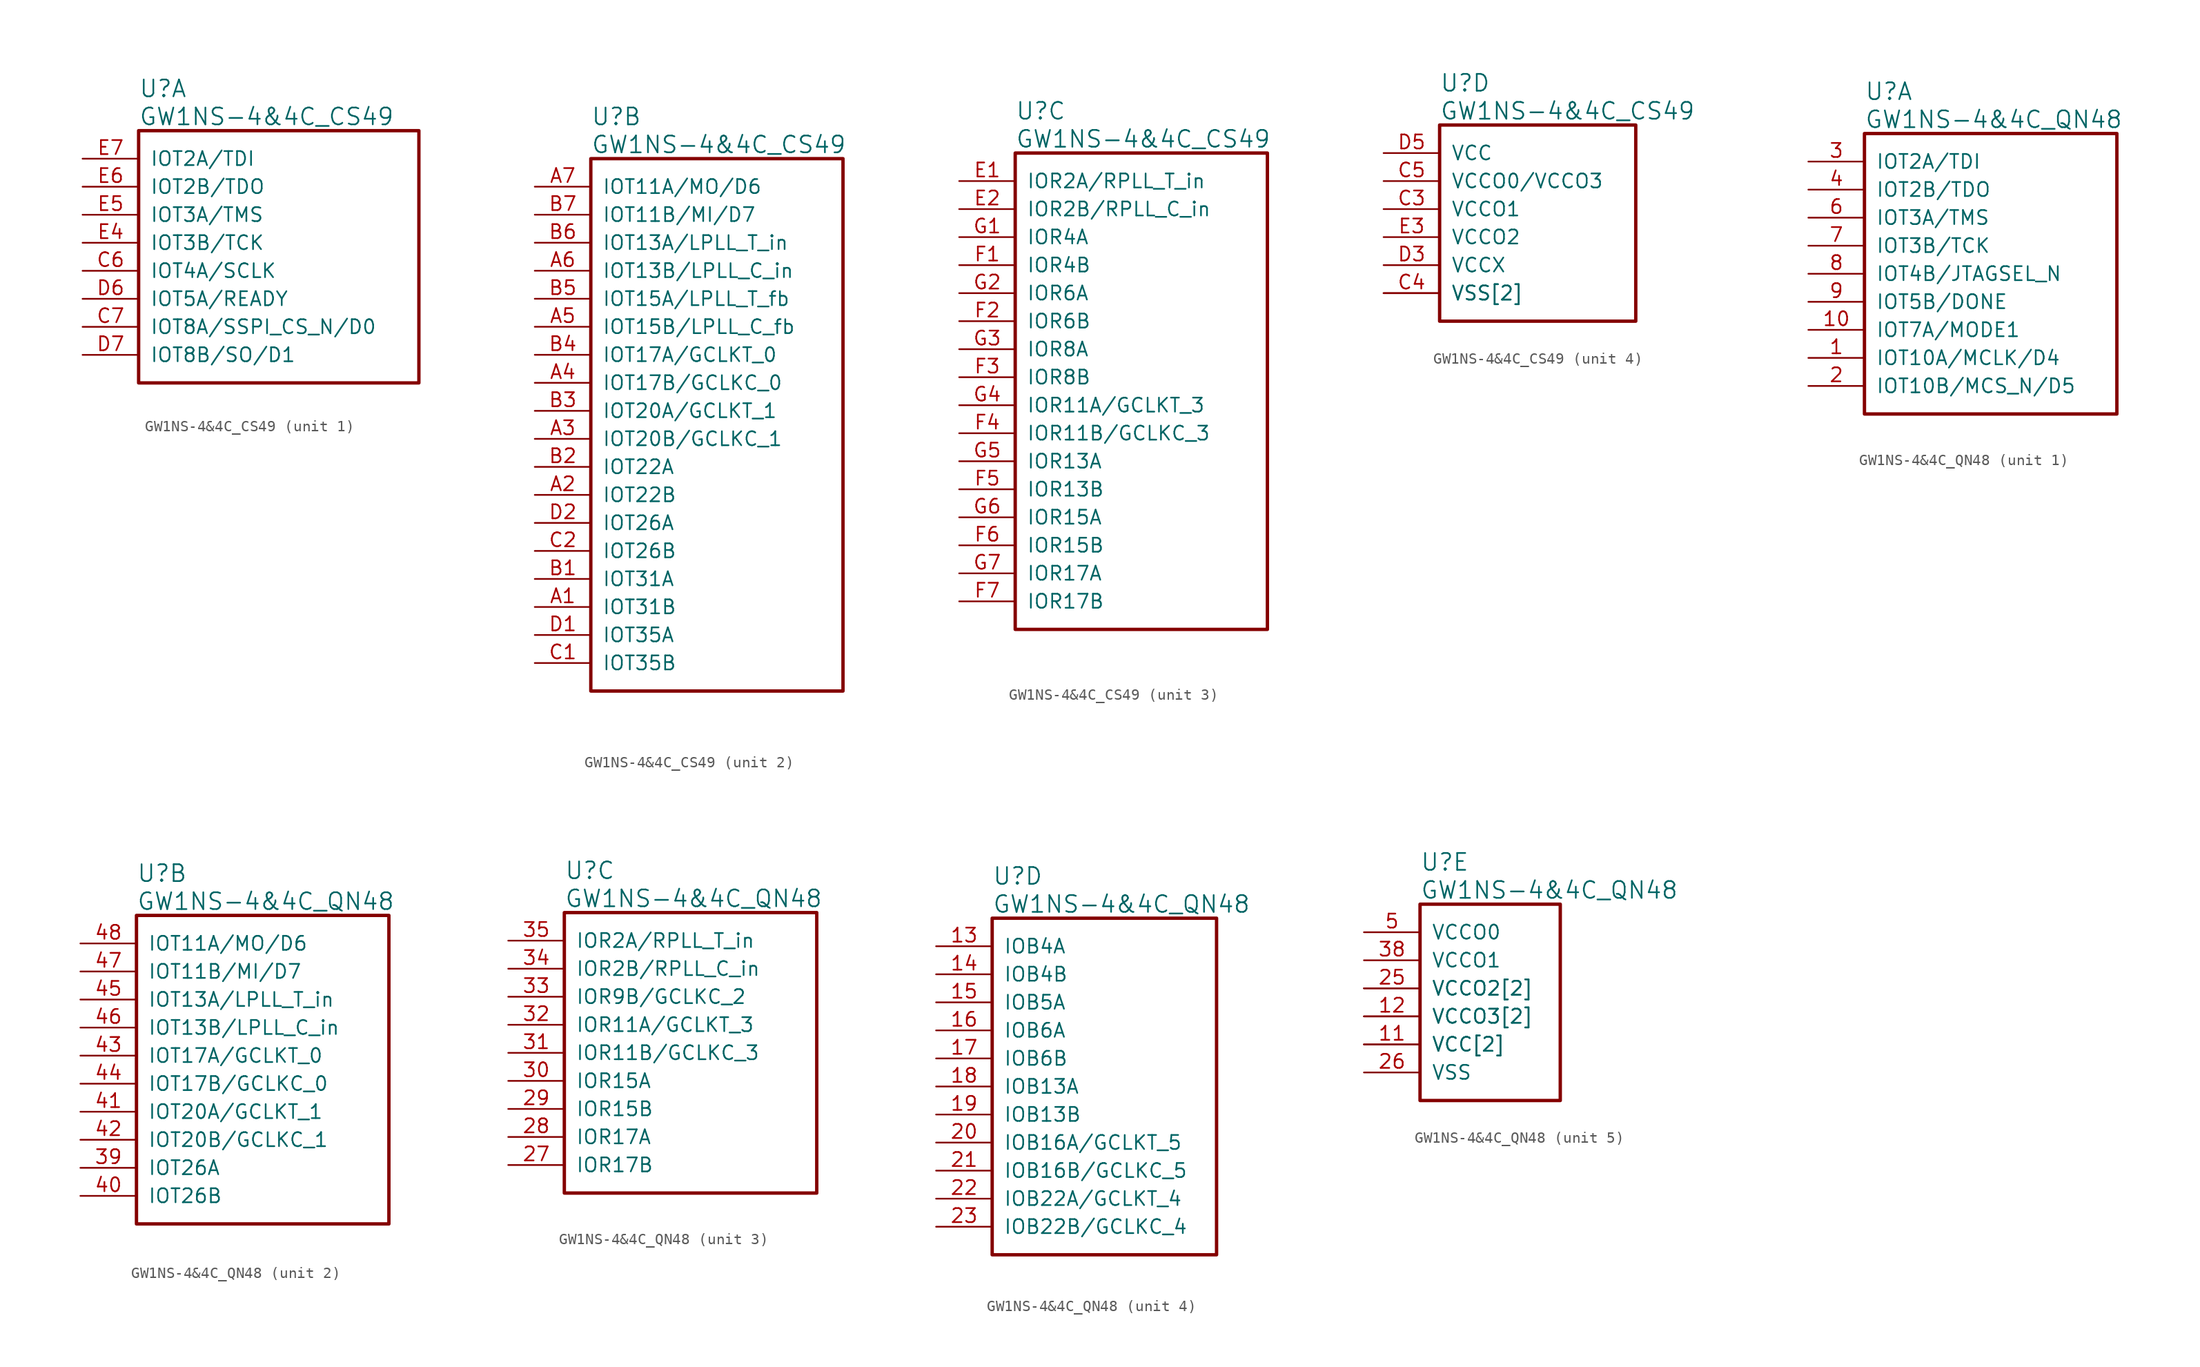
<source format=kicad_sym>
(kicad_symbol_lib
  (version 20211014)
  (generator kicad_symbol_editor)
  (symbol "GW1NS-4&4C_CS49"
    (pin_names
      (offset 1.016))
    (property "Reference" "U"
      (at 5.08 6.35 0)
      (effects (font (size 1.524 1.524)) (justify left)))
    (property "Value" "GW1NS-4&4C_CS49"
      (at 5.08 3.81 0)
      (effects (font (size 1.524 1.524)) (justify left)))
    (property "ki_locked" ""
      (at 0 0 0)
      (effects (font (size 1.27 1.27))))
    (symbol "GW1NS-4&4C_CS49_1_1"
      (rectangle (start 5.08 2.54) (end 30.48 -20.32) (stroke (width 0.305) (type default) (color 0 0 0 0)) (fill (type none)))
      (pin bidirectional line (at 0 -10.16 0) (length 5.08) (name "IOT4A/SCLK" (effects (font (size 1.27 1.27)))) (number "C6" (effects (font (size 1.27 1.27)))))
      (pin bidirectional line (at 0 -15.24 0) (length 5.08) (name "IOT8A/SSPI_CS_N/D0" (effects (font (size 1.27 1.27)))) (number "C7" (effects (font (size 1.27 1.27)))))
      (pin bidirectional line (at 0 -12.7 0) (length 5.08) (name "IOT5A/READY" (effects (font (size 1.27 1.27)))) (number "D6" (effects (font (size 1.27 1.27)))))
      (pin bidirectional line (at 0 -17.78 0) (length 5.08) (name "IOT8B/SO/D1" (effects (font (size 1.27 1.27)))) (number "D7" (effects (font (size 1.27 1.27)))))
      (pin bidirectional line (at 0 -7.62 0) (length 5.08) (name "IOT3B/TCK" (effects (font (size 1.27 1.27)))) (number "E4" (effects (font (size 1.27 1.27)))))
      (pin bidirectional line (at 0 -5.08 0) (length 5.08) (name "IOT3A/TMS" (effects (font (size 1.27 1.27)))) (number "E5" (effects (font (size 1.27 1.27)))))
      (pin bidirectional line (at 0 -2.54 0) (length 5.08) (name "IOT2B/TDO" (effects (font (size 1.27 1.27)))) (number "E6" (effects (font (size 1.27 1.27)))))
      (pin bidirectional line (at 0 0 0) (length 5.08) (name "IOT2A/TDI" (effects (font (size 1.27 1.27)))) (number "E7" (effects (font (size 1.27 1.27))))))
    (symbol "GW1NS-4&4C_CS49_2_1"
      (rectangle (start 5.08 2.54) (end 27.94 -45.72) (stroke (width 0.305) (type default) (color 0 0 0 0)) (fill (type none)))
      (pin bidirectional line (at 0 -38.1 0) (length 5.08) (name "IOT31B" (effects (font (size 1.27 1.27)))) (number "A1" (effects (font (size 1.27 1.27)))))
      (pin bidirectional line (at 0 -27.94 0) (length 5.08) (name "IOT22B" (effects (font (size 1.27 1.27)))) (number "A2" (effects (font (size 1.27 1.27)))))
      (pin bidirectional line (at 0 -22.86 0) (length 5.08) (name "IOT20B/GCLKC_1" (effects (font (size 1.27 1.27)))) (number "A3" (effects (font (size 1.27 1.27)))))
      (pin bidirectional line (at 0 -17.78 0) (length 5.08) (name "IOT17B/GCLKC_0" (effects (font (size 1.27 1.27)))) (number "A4" (effects (font (size 1.27 1.27)))))
      (pin bidirectional line (at 0 -12.7 0) (length 5.08) (name "IOT15B/LPLL_C_fb" (effects (font (size 1.27 1.27)))) (number "A5" (effects (font (size 1.27 1.27)))))
      (pin bidirectional line (at 0 -7.62 0) (length 5.08) (name "IOT13B/LPLL_C_in" (effects (font (size 1.27 1.27)))) (number "A6" (effects (font (size 1.27 1.27)))))
      (pin bidirectional line (at 0 0 0) (length 5.08) (name "IOT11A/MO/D6" (effects (font (size 1.27 1.27)))) (number "A7" (effects (font (size 1.27 1.27)))))
      (pin bidirectional line (at 0 -35.56 0) (length 5.08) (name "IOT31A" (effects (font (size 1.27 1.27)))) (number "B1" (effects (font (size 1.27 1.27)))))
      (pin bidirectional line (at 0 -25.4 0) (length 5.08) (name "IOT22A" (effects (font (size 1.27 1.27)))) (number "B2" (effects (font (size 1.27 1.27)))))
      (pin bidirectional line (at 0 -20.32 0) (length 5.08) (name "IOT20A/GCLKT_1" (effects (font (size 1.27 1.27)))) (number "B3" (effects (font (size 1.27 1.27)))))
      (pin bidirectional line (at 0 -15.24 0) (length 5.08) (name "IOT17A/GCLKT_0" (effects (font (size 1.27 1.27)))) (number "B4" (effects (font (size 1.27 1.27)))))
      (pin bidirectional line (at 0 -10.16 0) (length 5.08) (name "IOT15A/LPLL_T_fb" (effects (font (size 1.27 1.27)))) (number "B5" (effects (font (size 1.27 1.27)))))
      (pin bidirectional line (at 0 -5.08 0) (length 5.08) (name "IOT13A/LPLL_T_in" (effects (font (size 1.27 1.27)))) (number "B6" (effects (font (size 1.27 1.27)))))
      (pin bidirectional line (at 0 -2.54 0) (length 5.08) (name "IOT11B/MI/D7" (effects (font (size 1.27 1.27)))) (number "B7" (effects (font (size 1.27 1.27)))))
      (pin bidirectional line (at 0 -43.18 0) (length 5.08) (name "IOT35B" (effects (font (size 1.27 1.27)))) (number "C1" (effects (font (size 1.27 1.27)))))
      (pin bidirectional line (at 0 -33.02 0) (length 5.08) (name "IOT26B" (effects (font (size 1.27 1.27)))) (number "C2" (effects (font (size 1.27 1.27)))))
      (pin bidirectional line (at 0 -40.64 0) (length 5.08) (name "IOT35A" (effects (font (size 1.27 1.27)))) (number "D1" (effects (font (size 1.27 1.27)))))
      (pin bidirectional line (at 0 -30.48 0) (length 5.08) (name "IOT26A" (effects (font (size 1.27 1.27)))) (number "D2" (effects (font (size 1.27 1.27))))))
    (symbol "GW1NS-4&4C_CS49_3_1"
      (rectangle (start 5.08 2.54) (end 27.94 -40.64) (stroke (width 0.305) (type default) (color 0 0 0 0)) (fill (type none)))
      (pin bidirectional line (at 0 0 0) (length 5.08) (name "IOR2A/RPLL_T_in" (effects (font (size 1.27 1.27)))) (number "E1" (effects (font (size 1.27 1.27)))))
      (pin bidirectional line (at 0 -2.54 0) (length 5.08) (name "IOR2B/RPLL_C_in" (effects (font (size 1.27 1.27)))) (number "E2" (effects (font (size 1.27 1.27)))))
      (pin bidirectional line (at 0 -7.62 0) (length 5.08) (name "IOR4B" (effects (font (size 1.27 1.27)))) (number "F1" (effects (font (size 1.27 1.27)))))
      (pin bidirectional line (at 0 -12.7 0) (length 5.08) (name "IOR6B" (effects (font (size 1.27 1.27)))) (number "F2" (effects (font (size 1.27 1.27)))))
      (pin bidirectional line (at 0 -17.78 0) (length 5.08) (name "IOR8B" (effects (font (size 1.27 1.27)))) (number "F3" (effects (font (size 1.27 1.27)))))
      (pin bidirectional line (at 0 -22.86 0) (length 5.08) (name "IOR11B/GCLKC_3" (effects (font (size 1.27 1.27)))) (number "F4" (effects (font (size 1.27 1.27)))))
      (pin bidirectional line (at 0 -27.94 0) (length 5.08) (name "IOR13B" (effects (font (size 1.27 1.27)))) (number "F5" (effects (font (size 1.27 1.27)))))
      (pin bidirectional line (at 0 -33.02 0) (length 5.08) (name "IOR15B" (effects (font (size 1.27 1.27)))) (number "F6" (effects (font (size 1.27 1.27)))))
      (pin bidirectional line (at 0 -38.1 0) (length 5.08) (name "IOR17B" (effects (font (size 1.27 1.27)))) (number "F7" (effects (font (size 1.27 1.27)))))
      (pin bidirectional line (at 0 -5.08 0) (length 5.08) (name "IOR4A" (effects (font (size 1.27 1.27)))) (number "G1" (effects (font (size 1.27 1.27)))))
      (pin bidirectional line (at 0 -10.16 0) (length 5.08) (name "IOR6A" (effects (font (size 1.27 1.27)))) (number "G2" (effects (font (size 1.27 1.27)))))
      (pin bidirectional line (at 0 -15.24 0) (length 5.08) (name "IOR8A" (effects (font (size 1.27 1.27)))) (number "G3" (effects (font (size 1.27 1.27)))))
      (pin bidirectional line (at 0 -20.32 0) (length 5.08) (name "IOR11A/GCLKT_3" (effects (font (size 1.27 1.27)))) (number "G4" (effects (font (size 1.27 1.27)))))
      (pin bidirectional line (at 0 -25.4 0) (length 5.08) (name "IOR13A" (effects (font (size 1.27 1.27)))) (number "G5" (effects (font (size 1.27 1.27)))))
      (pin bidirectional line (at 0 -30.48 0) (length 5.08) (name "IOR15A" (effects (font (size 1.27 1.27)))) (number "G6" (effects (font (size 1.27 1.27)))))
      (pin bidirectional line (at 0 -35.56 0) (length 5.08) (name "IOR17A" (effects (font (size 1.27 1.27)))) (number "G7" (effects (font (size 1.27 1.27))))))
    (symbol "GW1NS-4&4C_CS49_4_1"
      (rectangle (start 5.08 2.54) (end 22.86 -15.24) (stroke (width 0.305) (type default) (color 0 0 0 0)) (fill (type none)))
      (pin power_in line (at 0 -5.08 0) (length 5.08) (name "VCCO1" (effects (font (size 1.27 1.27)))) (number "C3" (effects (font (size 1.27 1.27)))))
      (pin power_in line (at 0 -12.7 0) (length 5.08) (name "VSS[2]" (effects (font (size 1.27 1.27)))) (number "C4" (effects (font (size 1.27 1.27)))))
      (pin power_in line (at 0 -2.54 0) (length 5.08) (name "VCCO0/VCCO3" (effects (font (size 1.27 1.27)))) (number "C5" (effects (font (size 1.27 1.27)))))
      (pin power_in line (at 0 -10.16 0) (length 5.08) (name "VCCX" (effects (font (size 1.27 1.27)))) (number "D3" (effects (font (size 1.27 1.27)))))
      (pin power_in line (at 0 -12.7 0) (length 5.08) (name "VSS[2]" (effects (font (size 1.27 1.27)))) (number "D4" (effects (font (size 0 0)))))
      (pin power_in line (at 0 0 0) (length 5.08) (name "VCC" (effects (font (size 1.27 1.27)))) (number "D5" (effects (font (size 1.27 1.27)))))
      (pin power_in line (at 0 -7.62 0) (length 5.08) (name "VCCO2" (effects (font (size 1.27 1.27)))) (number "E3" (effects (font (size 1.27 1.27)))))))
  (symbol "GW1NS-4&4C_QN48"
    (pin_names
      (offset 1.016))
    (property "Reference" "U"
      (at 5.08 6.35 0)
      (effects (font (size 1.524 1.524)) (justify left)))
    (property "Value" "GW1NS-4&4C_QN48"
      (at 5.08 3.81 0)
      (effects (font (size 1.524 1.524)) (justify left)))
    (property "ki_locked" ""
      (at 0 0 0)
      (effects (font (size 1.27 1.27))))
    (symbol "GW1NS-4&4C_QN48_1_1"
      (rectangle (start 5.08 2.54) (end 27.94 -22.86) (stroke (width 0.305) (type default) (color 0 0 0 0)) (fill (type none)))
      (pin bidirectional line (at 0 -17.78 0) (length 5.08) (name "IOT10A/MCLK/D4" (effects (font (size 1.27 1.27)))) (number "1" (effects (font (size 1.27 1.27)))))
      (pin bidirectional line (at 0 -15.24 0) (length 5.08) (name "IOT7A/MODE1" (effects (font (size 1.27 1.27)))) (number "10" (effects (font (size 1.27 1.27)))))
      (pin bidirectional line (at 0 -20.32 0) (length 5.08) (name "IOT10B/MCS_N/D5" (effects (font (size 1.27 1.27)))) (number "2" (effects (font (size 1.27 1.27)))))
      (pin bidirectional line (at 0 0 0) (length 5.08) (name "IOT2A/TDI" (effects (font (size 1.27 1.27)))) (number "3" (effects (font (size 1.27 1.27)))))
      (pin bidirectional line (at 0 -2.54 0) (length 5.08) (name "IOT2B/TDO" (effects (font (size 1.27 1.27)))) (number "4" (effects (font (size 1.27 1.27)))))
      (pin bidirectional line (at 0 -5.08 0) (length 5.08) (name "IOT3A/TMS" (effects (font (size 1.27 1.27)))) (number "6" (effects (font (size 1.27 1.27)))))
      (pin bidirectional line (at 0 -7.62 0) (length 5.08) (name "IOT3B/TCK" (effects (font (size 1.27 1.27)))) (number "7" (effects (font (size 1.27 1.27)))))
      (pin bidirectional line (at 0 -10.16 0) (length 5.08) (name "IOT4B/JTAGSEL_N" (effects (font (size 1.27 1.27)))) (number "8" (effects (font (size 1.27 1.27)))))
      (pin bidirectional line (at 0 -12.7 0) (length 5.08) (name "IOT5B/DONE" (effects (font (size 1.27 1.27)))) (number "9" (effects (font (size 1.27 1.27))))))
    (symbol "GW1NS-4&4C_QN48_2_1"
      (rectangle (start 5.08 2.54) (end 27.94 -25.4) (stroke (width 0.305) (type default) (color 0 0 0 0)) (fill (type none)))
      (pin bidirectional line (at 0 -20.32 0) (length 5.08) (name "IOT26A" (effects (font (size 1.27 1.27)))) (number "39" (effects (font (size 1.27 1.27)))))
      (pin bidirectional line (at 0 -22.86 0) (length 5.08) (name "IOT26B" (effects (font (size 1.27 1.27)))) (number "40" (effects (font (size 1.27 1.27)))))
      (pin bidirectional line (at 0 -15.24 0) (length 5.08) (name "IOT20A/GCLKT_1" (effects (font (size 1.27 1.27)))) (number "41" (effects (font (size 1.27 1.27)))))
      (pin bidirectional line (at 0 -17.78 0) (length 5.08) (name "IOT20B/GCLKC_1" (effects (font (size 1.27 1.27)))) (number "42" (effects (font (size 1.27 1.27)))))
      (pin bidirectional line (at 0 -10.16 0) (length 5.08) (name "IOT17A/GCLKT_0" (effects (font (size 1.27 1.27)))) (number "43" (effects (font (size 1.27 1.27)))))
      (pin bidirectional line (at 0 -12.7 0) (length 5.08) (name "IOT17B/GCLKC_0" (effects (font (size 1.27 1.27)))) (number "44" (effects (font (size 1.27 1.27)))))
      (pin bidirectional line (at 0 -5.08 0) (length 5.08) (name "IOT13A/LPLL_T_in" (effects (font (size 1.27 1.27)))) (number "45" (effects (font (size 1.27 1.27)))))
      (pin bidirectional line (at 0 -7.62 0) (length 5.08) (name "IOT13B/LPLL_C_in" (effects (font (size 1.27 1.27)))) (number "46" (effects (font (size 1.27 1.27)))))
      (pin bidirectional line (at 0 -2.54 0) (length 5.08) (name "IOT11B/MI/D7" (effects (font (size 1.27 1.27)))) (number "47" (effects (font (size 1.27 1.27)))))
      (pin bidirectional line (at 0 0 0) (length 5.08) (name "IOT11A/MO/D6" (effects (font (size 1.27 1.27)))) (number "48" (effects (font (size 1.27 1.27))))))
    (symbol "GW1NS-4&4C_QN48_3_1"
      (rectangle (start 5.08 2.54) (end 27.94 -22.86) (stroke (width 0.305) (type default) (color 0 0 0 0)) (fill (type none)))
      (pin bidirectional line (at 0 -20.32 0) (length 5.08) (name "IOR17B" (effects (font (size 1.27 1.27)))) (number "27" (effects (font (size 1.27 1.27)))))
      (pin bidirectional line (at 0 -17.78 0) (length 5.08) (name "IOR17A" (effects (font (size 1.27 1.27)))) (number "28" (effects (font (size 1.27 1.27)))))
      (pin bidirectional line (at 0 -15.24 0) (length 5.08) (name "IOR15B" (effects (font (size 1.27 1.27)))) (number "29" (effects (font (size 1.27 1.27)))))
      (pin bidirectional line (at 0 -12.7 0) (length 5.08) (name "IOR15A" (effects (font (size 1.27 1.27)))) (number "30" (effects (font (size 1.27 1.27)))))
      (pin bidirectional line (at 0 -10.16 0) (length 5.08) (name "IOR11B/GCLKC_3" (effects (font (size 1.27 1.27)))) (number "31" (effects (font (size 1.27 1.27)))))
      (pin bidirectional line (at 0 -7.62 0) (length 5.08) (name "IOR11A/GCLKT_3" (effects (font (size 1.27 1.27)))) (number "32" (effects (font (size 1.27 1.27)))))
      (pin bidirectional line (at 0 -5.08 0) (length 5.08) (name "IOR9B/GCLKC_2" (effects (font (size 1.27 1.27)))) (number "33" (effects (font (size 1.27 1.27)))))
      (pin bidirectional line (at 0 -2.54 0) (length 5.08) (name "IOR2B/RPLL_C_in" (effects (font (size 1.27 1.27)))) (number "34" (effects (font (size 1.27 1.27)))))
      (pin bidirectional line (at 0 0 0) (length 5.08) (name "IOR2A/RPLL_T_in" (effects (font (size 1.27 1.27)))) (number "35" (effects (font (size 1.27 1.27))))))
    (symbol "GW1NS-4&4C_QN48_4_1"
      (rectangle (start 5.08 2.54) (end 25.4 -27.94) (stroke (width 0.305) (type default) (color 0 0 0 0)) (fill (type none)))
      (pin bidirectional line (at 0 0 0) (length 5.08) (name "IOB4A" (effects (font (size 1.27 1.27)))) (number "13" (effects (font (size 1.27 1.27)))))
      (pin bidirectional line (at 0 -2.54 0) (length 5.08) (name "IOB4B" (effects (font (size 1.27 1.27)))) (number "14" (effects (font (size 1.27 1.27)))))
      (pin bidirectional line (at 0 -5.08 0) (length 5.08) (name "IOB5A" (effects (font (size 1.27 1.27)))) (number "15" (effects (font (size 1.27 1.27)))))
      (pin bidirectional line (at 0 -7.62 0) (length 5.08) (name "IOB6A" (effects (font (size 1.27 1.27)))) (number "16" (effects (font (size 1.27 1.27)))))
      (pin bidirectional line (at 0 -10.16 0) (length 5.08) (name "IOB6B" (effects (font (size 1.27 1.27)))) (number "17" (effects (font (size 1.27 1.27)))))
      (pin bidirectional line (at 0 -12.7 0) (length 5.08) (name "IOB13A" (effects (font (size 1.27 1.27)))) (number "18" (effects (font (size 1.27 1.27)))))
      (pin bidirectional line (at 0 -15.24 0) (length 5.08) (name "IOB13B" (effects (font (size 1.27 1.27)))) (number "19" (effects (font (size 1.27 1.27)))))
      (pin bidirectional line (at 0 -17.78 0) (length 5.08) (name "IOB16A/GCLKT_5" (effects (font (size 1.27 1.27)))) (number "20" (effects (font (size 1.27 1.27)))))
      (pin bidirectional line (at 0 -20.32 0) (length 5.08) (name "IOB16B/GCLKC_5" (effects (font (size 1.27 1.27)))) (number "21" (effects (font (size 1.27 1.27)))))
      (pin bidirectional line (at 0 -22.86 0) (length 5.08) (name "IOB22A/GCLKT_4" (effects (font (size 1.27 1.27)))) (number "22" (effects (font (size 1.27 1.27)))))
      (pin bidirectional line (at 0 -25.4 0) (length 5.08) (name "IOB22B/GCLKC_4" (effects (font (size 1.27 1.27)))) (number "23" (effects (font (size 1.27 1.27))))))
    (symbol "GW1NS-4&4C_QN48_5_1"
      (rectangle (start 5.08 2.54) (end 17.78 -15.24) (stroke (width 0.305) (type default) (color 0 0 0 0)) (fill (type none)))
      (pin power_in line (at 0 -10.16 0) (length 5.08) (name "VCC[2]" (effects (font (size 1.27 1.27)))) (number "11" (effects (font (size 1.27 1.27)))))
      (pin power_in line (at 0 -7.62 0) (length 5.08) (name "VCCO3[2]" (effects (font (size 1.27 1.27)))) (number "12" (effects (font (size 1.27 1.27)))))
      (pin power_in line (at 0 -7.62 0) (length 5.08) (name "VCCO3[2]" (effects (font (size 1.27 1.27)))) (number "24" (effects (font (size 0 0)))))
      (pin power_in line (at 0 -5.08 0) (length 5.08) (name "VCCO2[2]" (effects (font (size 1.27 1.27)))) (number "25" (effects (font (size 1.27 1.27)))))
      (pin power_in line (at 0 -12.7 0) (length 5.08) (name "VSS" (effects (font (size 1.27 1.27)))) (number "26" (effects (font (size 1.27 1.27)))))
      (pin power_in line (at 0 -5.08 0) (length 5.08) (name "VCCO2[2]" (effects (font (size 1.27 1.27)))) (number "36" (effects (font (size 0 0)))))
      (pin power_in line (at 0 -10.16 0) (length 5.08) (name "VCC[2]" (effects (font (size 1.27 1.27)))) (number "37" (effects (font (size 0 0)))))
      (pin power_in line (at 0 -2.54 0) (length 5.08) (name "VCCO1" (effects (font (size 1.27 1.27)))) (number "38" (effects (font (size 1.27 1.27)))))
      (pin power_in line (at 0 0 0) (length 5.08) (name "VCCO0" (effects (font (size 1.27 1.27)))) (number "5" (effects (font (size 1.27 1.27))))))))
</source>
